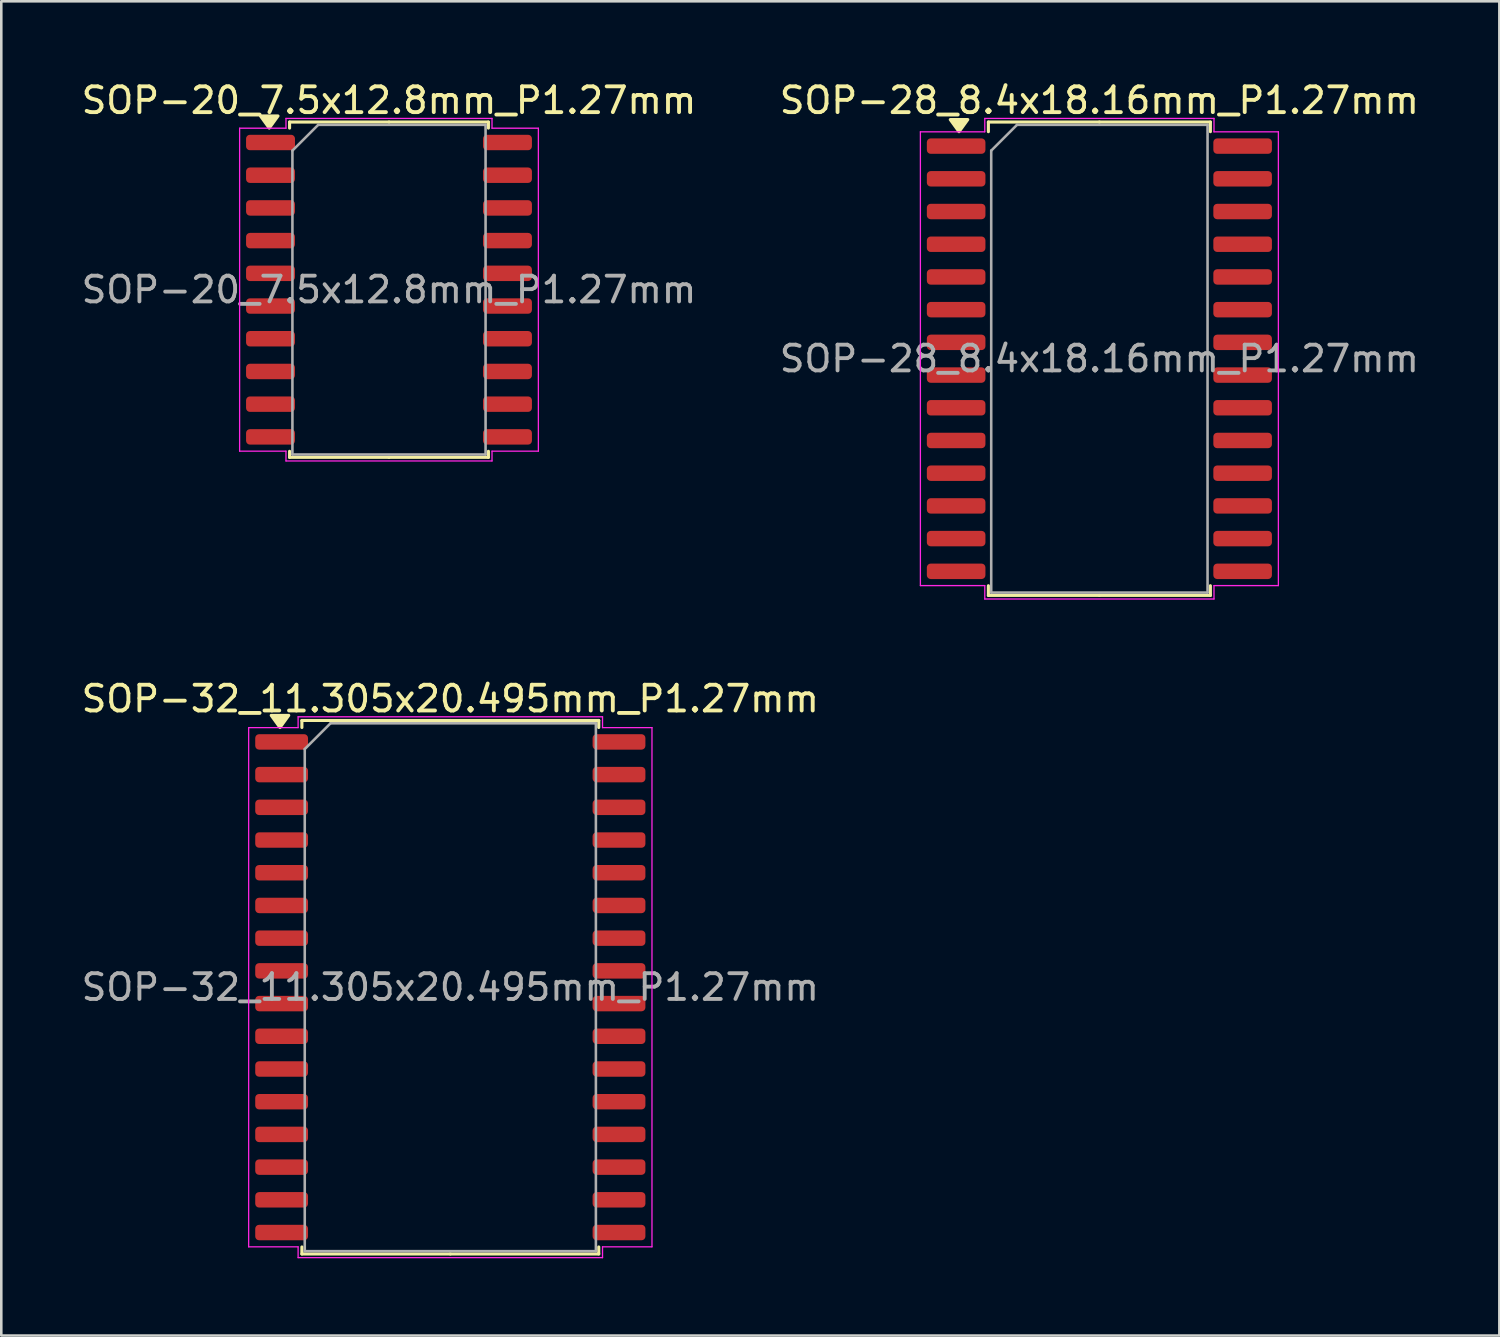
<source format=kicad_pcb>
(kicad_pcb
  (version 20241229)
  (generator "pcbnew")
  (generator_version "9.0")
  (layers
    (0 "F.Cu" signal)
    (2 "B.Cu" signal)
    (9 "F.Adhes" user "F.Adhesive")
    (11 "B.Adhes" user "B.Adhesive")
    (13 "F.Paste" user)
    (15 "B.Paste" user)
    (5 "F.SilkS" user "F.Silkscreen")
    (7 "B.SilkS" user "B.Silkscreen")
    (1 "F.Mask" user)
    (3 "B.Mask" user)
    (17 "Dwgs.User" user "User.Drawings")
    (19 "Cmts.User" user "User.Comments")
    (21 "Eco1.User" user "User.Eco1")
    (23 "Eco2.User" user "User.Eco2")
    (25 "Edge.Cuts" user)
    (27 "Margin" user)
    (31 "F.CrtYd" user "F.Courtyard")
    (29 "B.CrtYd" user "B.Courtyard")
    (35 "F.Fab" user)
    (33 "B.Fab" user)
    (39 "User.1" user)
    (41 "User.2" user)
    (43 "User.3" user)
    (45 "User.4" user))
  (footprint "SOP-32_11.305x20.495mm_P1.27mm"
    (layer "F.Cu")
    (at 14.435 35.282)
    (property "Reference" "SOP-32_11.305x20.495mm_P1.27mm" (at 0 -11.2 0) (layer "F.SilkS") (effects (font (size 1 1) (thickness 0.15))))
    (attr smd)
    (fp_line (start -5.763 -10.357) (end -5.763 -10.085) (stroke (width 0.12) (type solid)) (layer "F.SilkS"))
    (fp_line (start -5.763 10.357) (end -5.763 10.085) (stroke (width 0.12) (type solid)) (layer "F.SilkS"))
    (fp_line (start 0 -10.357) (end -5.763 -10.357) (stroke (width 0.12) (type solid)) (layer "F.SilkS"))
    (fp_line (start 0 -10.357) (end 5.763 -10.357) (stroke (width 0.12) (type solid)) (layer "F.SilkS"))
    (fp_line (start 0 10.357) (end -5.763 10.357) (stroke (width 0.12) (type solid)) (layer "F.SilkS"))
    (fp_line (start 0 10.357) (end 5.763 10.357) (stroke (width 0.12) (type solid)) (layer "F.SilkS"))
    (fp_line (start 5.763 -10.357) (end 5.763 -10.085) (stroke (width 0.12) (type solid)) (layer "F.SilkS"))
    (fp_line (start 5.763 10.357) (end 5.763 10.085) (stroke (width 0.12) (type solid)) (layer "F.SilkS"))
    (fp_poly (pts (xy -6.614 -10.085) (xy -6.954 -10.555) (xy -6.274 -10.555)) (stroke (width 0.12) (type solid)) (fill yes) (layer "F.SilkS"))
    (fp_line (start -7.83 -10.08) (end -5.91 -10.08) (stroke (width 0.05) (type solid)) (layer "F.CrtYd"))
    (fp_line (start -7.83 10.08) (end -7.83 -10.08) (stroke (width 0.05) (type solid)) (layer "F.CrtYd"))
    (fp_line (start -5.91 -10.5) (end 5.91 -10.5) (stroke (width 0.05) (type solid)) (layer "F.CrtYd"))
    (fp_line (start -5.91 -10.08) (end -5.91 -10.5) (stroke (width 0.05) (type solid)) (layer "F.CrtYd"))
    (fp_line (start -5.91 10.08) (end -7.83 10.08) (stroke (width 0.05) (type solid)) (layer "F.CrtYd"))
    (fp_line (start -5.91 10.5) (end -5.91 10.08) (stroke (width 0.05) (type solid)) (layer "F.CrtYd"))
    (fp_line (start 5.91 -10.5) (end 5.91 -10.08) (stroke (width 0.05) (type solid)) (layer "F.CrtYd"))
    (fp_line (start 5.91 -10.08) (end 7.83 -10.08) (stroke (width 0.05) (type solid)) (layer "F.CrtYd"))
    (fp_line (start 5.91 10.08) (end 5.91 10.5) (stroke (width 0.05) (type solid)) (layer "F.CrtYd"))
    (fp_line (start 5.91 10.5) (end -5.91 10.5) (stroke (width 0.05) (type solid)) (layer "F.CrtYd"))
    (fp_line (start 7.83 -10.08) (end 7.83 10.08) (stroke (width 0.05) (type solid)) (layer "F.CrtYd"))
    (fp_line (start 7.83 10.08) (end 5.91 10.08) (stroke (width 0.05) (type solid)) (layer "F.CrtYd"))
    (fp_line (start -5.652 -9.248) (end -4.652 -10.248) (stroke (width 0.1) (type solid)) (layer "F.Fab"))
    (fp_line (start -5.652 10.248) (end -5.652 -9.248) (stroke (width 0.1) (type solid)) (layer "F.Fab"))
    (fp_line (start -4.652 -10.248) (end 5.652 -10.248) (stroke (width 0.1) (type solid)) (layer "F.Fab"))
    (fp_line (start 5.652 -10.248) (end 5.652 10.248) (stroke (width 0.1) (type solid)) (layer "F.Fab"))
    (fp_line (start 5.652 10.248) (end -5.652 10.248) (stroke (width 0.1) (type solid)) (layer "F.Fab"))
    (fp_text user "${REFERENCE}" (at 0 0 0) (layer "F.Fab") (effects (font (size 1 1) (thickness 0.15))))
    (pad "1" smd roundrect (at -6.55 -9.525) (size 2.05 0.6) (layers "F.Cu" "F.Mask" "F.Paste") (roundrect_rratio 0.25))
    (pad "2" smd roundrect (at -6.55 -8.255) (size 2.05 0.6) (layers "F.Cu" "F.Mask" "F.Paste") (roundrect_rratio 0.25))
    (pad "3" smd roundrect (at -6.55 -6.985) (size 2.05 0.6) (layers "F.Cu" "F.Mask" "F.Paste") (roundrect_rratio 0.25))
    (pad "4" smd roundrect (at -6.55 -5.715) (size 2.05 0.6) (layers "F.Cu" "F.Mask" "F.Paste") (roundrect_rratio 0.25))
    (pad "5" smd roundrect (at -6.55 -4.445) (size 2.05 0.6) (layers "F.Cu" "F.Mask" "F.Paste") (roundrect_rratio 0.25))
    (pad "6" smd roundrect (at -6.55 -3.175) (size 2.05 0.6) (layers "F.Cu" "F.Mask" "F.Paste") (roundrect_rratio 0.25))
    (pad "7" smd roundrect (at -6.55 -1.905) (size 2.05 0.6) (layers "F.Cu" "F.Mask" "F.Paste") (roundrect_rratio 0.25))
    (pad "8" smd roundrect (at -6.55 -0.635) (size 2.05 0.6) (layers "F.Cu" "F.Mask" "F.Paste") (roundrect_rratio 0.25))
    (pad "9" smd roundrect (at -6.55 0.635) (size 2.05 0.6) (layers "F.Cu" "F.Mask" "F.Paste") (roundrect_rratio 0.25))
    (pad "10" smd roundrect (at -6.55 1.905) (size 2.05 0.6) (layers "F.Cu" "F.Mask" "F.Paste") (roundrect_rratio 0.25))
    (pad "11" smd roundrect (at -6.55 3.175) (size 2.05 0.6) (layers "F.Cu" "F.Mask" "F.Paste") (roundrect_rratio 0.25))
    (pad "12" smd roundrect (at -6.55 4.445) (size 2.05 0.6) (layers "F.Cu" "F.Mask" "F.Paste") (roundrect_rratio 0.25))
    (pad "13" smd roundrect (at -6.55 5.715) (size 2.05 0.6) (layers "F.Cu" "F.Mask" "F.Paste") (roundrect_rratio 0.25))
    (pad "14" smd roundrect (at -6.55 6.985) (size 2.05 0.6) (layers "F.Cu" "F.Mask" "F.Paste") (roundrect_rratio 0.25))
    (pad "15" smd roundrect (at -6.55 8.255) (size 2.05 0.6) (layers "F.Cu" "F.Mask" "F.Paste") (roundrect_rratio 0.25))
    (pad "16" smd roundrect (at -6.55 9.525) (size 2.05 0.6) (layers "F.Cu" "F.Mask" "F.Paste") (roundrect_rratio 0.25))
    (pad "17" smd roundrect (at 6.55 9.525) (size 2.05 0.6) (layers "F.Cu" "F.Mask" "F.Paste") (roundrect_rratio 0.25))
    (pad "18" smd roundrect (at 6.55 8.255) (size 2.05 0.6) (layers "F.Cu" "F.Mask" "F.Paste") (roundrect_rratio 0.25))
    (pad "19" smd roundrect (at 6.55 6.985) (size 2.05 0.6) (layers "F.Cu" "F.Mask" "F.Paste") (roundrect_rratio 0.25))
    (pad "20" smd roundrect (at 6.55 5.715) (size 2.05 0.6) (layers "F.Cu" "F.Mask" "F.Paste") (roundrect_rratio 0.25))
    (pad "21" smd roundrect (at 6.55 4.445) (size 2.05 0.6) (layers "F.Cu" "F.Mask" "F.Paste") (roundrect_rratio 0.25))
    (pad "22" smd roundrect (at 6.55 3.175) (size 2.05 0.6) (layers "F.Cu" "F.Mask" "F.Paste") (roundrect_rratio 0.25))
    (pad "23" smd roundrect (at 6.55 1.905) (size 2.05 0.6) (layers "F.Cu" "F.Mask" "F.Paste") (roundrect_rratio 0.25))
    (pad "24" smd roundrect (at 6.55 0.635) (size 2.05 0.6) (layers "F.Cu" "F.Mask" "F.Paste") (roundrect_rratio 0.25))
    (pad "25" smd roundrect (at 6.55 -0.635) (size 2.05 0.6) (layers "F.Cu" "F.Mask" "F.Paste") (roundrect_rratio 0.25))
    (pad "26" smd roundrect (at 6.55 -1.905) (size 2.05 0.6) (layers "F.Cu" "F.Mask" "F.Paste") (roundrect_rratio 0.25))
    (pad "27" smd roundrect (at 6.55 -3.175) (size 2.05 0.6) (layers "F.Cu" "F.Mask" "F.Paste") (roundrect_rratio 0.25))
    (pad "28" smd roundrect (at 6.55 -4.445) (size 2.05 0.6) (layers "F.Cu" "F.Mask" "F.Paste") (roundrect_rratio 0.25))
    (pad "29" smd roundrect (at 6.55 -5.715) (size 2.05 0.6) (layers "F.Cu" "F.Mask" "F.Paste") (roundrect_rratio 0.25))
    (pad "30" smd roundrect (at 6.55 -6.985) (size 2.05 0.6) (layers "F.Cu" "F.Mask" "F.Paste") (roundrect_rratio 0.25))
    (pad "31" smd roundrect (at 6.55 -8.255) (size 2.05 0.6) (layers "F.Cu" "F.Mask" "F.Paste") (roundrect_rratio 0.25))
    (pad "32" smd roundrect (at 6.55 -9.525) (size 2.05 0.6) (layers "F.Cu" "F.Mask" "F.Paste") (roundrect_rratio 0.25)))
  (footprint "SOP-28_8.4x18.16mm_P1.27mm"
    (layer "F.Cu")
    (at 39.637 10.878)
    (property "Reference" "SOP-28_8.4x18.16mm_P1.27mm" (at 0 -10.03 0) (layer "F.SilkS") (effects (font (size 1 1) (thickness 0.15))))
    (attr smd)
    (fp_line (start -4.31 -9.19) (end -4.31 -8.815) (stroke (width 0.12) (type solid)) (layer "F.SilkS"))
    (fp_line (start -4.31 9.19) (end -4.31 8.815) (stroke (width 0.12) (type solid)) (layer "F.SilkS"))
    (fp_line (start 0 -9.19) (end -4.31 -9.19) (stroke (width 0.12) (type solid)) (layer "F.SilkS"))
    (fp_line (start 0 -9.19) (end 4.31 -9.19) (stroke (width 0.12) (type solid)) (layer "F.SilkS"))
    (fp_line (start 0 9.19) (end -4.31 9.19) (stroke (width 0.12) (type solid)) (layer "F.SilkS"))
    (fp_line (start 0 9.19) (end 4.31 9.19) (stroke (width 0.12) (type solid)) (layer "F.SilkS"))
    (fp_line (start 4.31 -9.19) (end 4.31 -8.815) (stroke (width 0.12) (type solid)) (layer "F.SilkS"))
    (fp_line (start 4.31 9.19) (end 4.31 8.815) (stroke (width 0.12) (type solid)) (layer "F.SilkS"))
    (fp_poly (pts (xy -5.45 -8.815) (xy -5.79 -9.285) (xy -5.11 -9.285)) (stroke (width 0.12) (type solid)) (fill yes) (layer "F.SilkS"))
    (fp_line (start -6.95 -8.81) (end -4.45 -8.81) (stroke (width 0.05) (type solid)) (layer "F.CrtYd"))
    (fp_line (start -6.95 8.81) (end -6.95 -8.81) (stroke (width 0.05) (type solid)) (layer "F.CrtYd"))
    (fp_line (start -4.45 -9.33) (end 4.45 -9.33) (stroke (width 0.05) (type solid)) (layer "F.CrtYd"))
    (fp_line (start -4.45 -8.81) (end -4.45 -9.33) (stroke (width 0.05) (type solid)) (layer "F.CrtYd"))
    (fp_line (start -4.45 8.81) (end -6.95 8.81) (stroke (width 0.05) (type solid)) (layer "F.CrtYd"))
    (fp_line (start -4.45 9.33) (end -4.45 8.81) (stroke (width 0.05) (type solid)) (layer "F.CrtYd"))
    (fp_line (start 4.45 -9.33) (end 4.45 -8.81) (stroke (width 0.05) (type solid)) (layer "F.CrtYd"))
    (fp_line (start 4.45 -8.81) (end 6.95 -8.81) (stroke (width 0.05) (type solid)) (layer "F.CrtYd"))
    (fp_line (start 4.45 8.81) (end 4.45 9.33) (stroke (width 0.05) (type solid)) (layer "F.CrtYd"))
    (fp_line (start 4.45 9.33) (end -4.45 9.33) (stroke (width 0.05) (type solid)) (layer "F.CrtYd"))
    (fp_line (start 6.95 -8.81) (end 6.95 8.81) (stroke (width 0.05) (type solid)) (layer "F.CrtYd"))
    (fp_line (start 6.95 8.81) (end 4.45 8.81) (stroke (width 0.05) (type solid)) (layer "F.CrtYd"))
    (fp_line (start -4.2 -8.08) (end -3.2 -9.08) (stroke (width 0.1) (type solid)) (layer "F.Fab"))
    (fp_line (start -4.2 9.08) (end -4.2 -8.08) (stroke (width 0.1) (type solid)) (layer "F.Fab"))
    (fp_line (start -3.2 -9.08) (end 4.2 -9.08) (stroke (width 0.1) (type solid)) (layer "F.Fab"))
    (fp_line (start 4.2 -9.08) (end 4.2 9.08) (stroke (width 0.1) (type solid)) (layer "F.Fab"))
    (fp_line (start 4.2 9.08) (end -4.2 9.08) (stroke (width 0.1) (type solid)) (layer "F.Fab"))
    (fp_text user "${REFERENCE}" (at 0 0 0) (layer "F.Fab") (effects (font (size 1 1) (thickness 0.15))))
    (pad "1" smd roundrect (at -5.562 -8.255) (size 2.275 0.6) (layers "F.Cu" "F.Mask" "F.Paste") (roundrect_rratio 0.25))
    (pad "2" smd roundrect (at -5.562 -6.985) (size 2.275 0.6) (layers "F.Cu" "F.Mask" "F.Paste") (roundrect_rratio 0.25))
    (pad "3" smd roundrect (at -5.562 -5.715) (size 2.275 0.6) (layers "F.Cu" "F.Mask" "F.Paste") (roundrect_rratio 0.25))
    (pad "4" smd roundrect (at -5.562 -4.445) (size 2.275 0.6) (layers "F.Cu" "F.Mask" "F.Paste") (roundrect_rratio 0.25))
    (pad "5" smd roundrect (at -5.562 -3.175) (size 2.275 0.6) (layers "F.Cu" "F.Mask" "F.Paste") (roundrect_rratio 0.25))
    (pad "6" smd roundrect (at -5.562 -1.905) (size 2.275 0.6) (layers "F.Cu" "F.Mask" "F.Paste") (roundrect_rratio 0.25))
    (pad "7" smd roundrect (at -5.562 -0.635) (size 2.275 0.6) (layers "F.Cu" "F.Mask" "F.Paste") (roundrect_rratio 0.25))
    (pad "8" smd roundrect (at -5.562 0.635) (size 2.275 0.6) (layers "F.Cu" "F.Mask" "F.Paste") (roundrect_rratio 0.25))
    (pad "9" smd roundrect (at -5.562 1.905) (size 2.275 0.6) (layers "F.Cu" "F.Mask" "F.Paste") (roundrect_rratio 0.25))
    (pad "10" smd roundrect (at -5.562 3.175) (size 2.275 0.6) (layers "F.Cu" "F.Mask" "F.Paste") (roundrect_rratio 0.25))
    (pad "11" smd roundrect (at -5.562 4.445) (size 2.275 0.6) (layers "F.Cu" "F.Mask" "F.Paste") (roundrect_rratio 0.25))
    (pad "12" smd roundrect (at -5.562 5.715) (size 2.275 0.6) (layers "F.Cu" "F.Mask" "F.Paste") (roundrect_rratio 0.25))
    (pad "13" smd roundrect (at -5.562 6.985) (size 2.275 0.6) (layers "F.Cu" "F.Mask" "F.Paste") (roundrect_rratio 0.25))
    (pad "14" smd roundrect (at -5.562 8.255) (size 2.275 0.6) (layers "F.Cu" "F.Mask" "F.Paste") (roundrect_rratio 0.25))
    (pad "15" smd roundrect (at 5.562 8.255) (size 2.275 0.6) (layers "F.Cu" "F.Mask" "F.Paste") (roundrect_rratio 0.25))
    (pad "16" smd roundrect (at 5.562 6.985) (size 2.275 0.6) (layers "F.Cu" "F.Mask" "F.Paste") (roundrect_rratio 0.25))
    (pad "17" smd roundrect (at 5.562 5.715) (size 2.275 0.6) (layers "F.Cu" "F.Mask" "F.Paste") (roundrect_rratio 0.25))
    (pad "18" smd roundrect (at 5.562 4.445) (size 2.275 0.6) (layers "F.Cu" "F.Mask" "F.Paste") (roundrect_rratio 0.25))
    (pad "19" smd roundrect (at 5.562 3.175) (size 2.275 0.6) (layers "F.Cu" "F.Mask" "F.Paste") (roundrect_rratio 0.25))
    (pad "20" smd roundrect (at 5.562 1.905) (size 2.275 0.6) (layers "F.Cu" "F.Mask" "F.Paste") (roundrect_rratio 0.25))
    (pad "21" smd roundrect (at 5.562 0.635) (size 2.275 0.6) (layers "F.Cu" "F.Mask" "F.Paste") (roundrect_rratio 0.25))
    (pad "22" smd roundrect (at 5.562 -0.635) (size 2.275 0.6) (layers "F.Cu" "F.Mask" "F.Paste") (roundrect_rratio 0.25))
    (pad "23" smd roundrect (at 5.562 -1.905) (size 2.275 0.6) (layers "F.Cu" "F.Mask" "F.Paste") (roundrect_rratio 0.25))
    (pad "24" smd roundrect (at 5.562 -3.175) (size 2.275 0.6) (layers "F.Cu" "F.Mask" "F.Paste") (roundrect_rratio 0.25))
    (pad "25" smd roundrect (at 5.562 -4.445) (size 2.275 0.6) (layers "F.Cu" "F.Mask" "F.Paste") (roundrect_rratio 0.25))
    (pad "26" smd roundrect (at 5.562 -5.715) (size 2.275 0.6) (layers "F.Cu" "F.Mask" "F.Paste") (roundrect_rratio 0.25))
    (pad "27" smd roundrect (at 5.562 -6.985) (size 2.275 0.6) (layers "F.Cu" "F.Mask" "F.Paste") (roundrect_rratio 0.25))
    (pad "28" smd roundrect (at 5.562 -8.255) (size 2.275 0.6) (layers "F.Cu" "F.Mask" "F.Paste") (roundrect_rratio 0.25)))
  (footprint "SOP-20_7.5x12.8mm_P1.27mm"
    (layer "F.Cu")
    (at 12.054 8.198)
    (property "Reference" "SOP-20_7.5x12.8mm_P1.27mm" (at 0 -7.35 0) (layer "F.SilkS") (effects (font (size 1 1) (thickness 0.15))))
    (attr smd)
    (fp_line (start -3.86 -6.51) (end -3.86 -6.275) (stroke (width 0.12) (type solid)) (layer "F.SilkS"))
    (fp_line (start -3.86 6.51) (end -3.86 6.275) (stroke (width 0.12) (type solid)) (layer "F.SilkS"))
    (fp_line (start 0 -6.51) (end -3.86 -6.51) (stroke (width 0.12) (type solid)) (layer "F.SilkS"))
    (fp_line (start 0 -6.51) (end 3.86 -6.51) (stroke (width 0.12) (type solid)) (layer "F.SilkS"))
    (fp_line (start 0 6.51) (end -3.86 6.51) (stroke (width 0.12) (type solid)) (layer "F.SilkS"))
    (fp_line (start 0 6.51) (end 3.86 6.51) (stroke (width 0.12) (type solid)) (layer "F.SilkS"))
    (fp_line (start 3.86 -6.51) (end 3.86 -6.275) (stroke (width 0.12) (type solid)) (layer "F.SilkS"))
    (fp_line (start 3.86 6.51) (end 3.86 6.275) (stroke (width 0.12) (type solid)) (layer "F.SilkS"))
    (fp_poly (pts (xy -4.65 -6.275) (xy -4.99 -6.745) (xy -4.31 -6.745)) (stroke (width 0.12) (type solid)) (fill yes) (layer "F.SilkS"))
    (fp_line (start -5.8 -6.27) (end -4 -6.27) (stroke (width 0.05) (type solid)) (layer "F.CrtYd"))
    (fp_line (start -5.8 6.27) (end -5.8 -6.27) (stroke (width 0.05) (type solid)) (layer "F.CrtYd"))
    (fp_line (start -4 -6.65) (end 4 -6.65) (stroke (width 0.05) (type solid)) (layer "F.CrtYd"))
    (fp_line (start -4 -6.27) (end -4 -6.65) (stroke (width 0.05) (type solid)) (layer "F.CrtYd"))
    (fp_line (start -4 6.27) (end -5.8 6.27) (stroke (width 0.05) (type solid)) (layer "F.CrtYd"))
    (fp_line (start -4 6.65) (end -4 6.27) (stroke (width 0.05) (type solid)) (layer "F.CrtYd"))
    (fp_line (start 4 -6.65) (end 4 -6.27) (stroke (width 0.05) (type solid)) (layer "F.CrtYd"))
    (fp_line (start 4 -6.27) (end 5.8 -6.27) (stroke (width 0.05) (type solid)) (layer "F.CrtYd"))
    (fp_line (start 4 6.27) (end 4 6.65) (stroke (width 0.05) (type solid)) (layer "F.CrtYd"))
    (fp_line (start 4 6.65) (end -4 6.65) (stroke (width 0.05) (type solid)) (layer "F.CrtYd"))
    (fp_line (start 5.8 -6.27) (end 5.8 6.27) (stroke (width 0.05) (type solid)) (layer "F.CrtYd"))
    (fp_line (start 5.8 6.27) (end 4 6.27) (stroke (width 0.05) (type solid)) (layer "F.CrtYd"))
    (fp_line (start -3.75 -5.4) (end -2.75 -6.4) (stroke (width 0.1) (type solid)) (layer "F.Fab"))
    (fp_line (start -3.75 6.4) (end -3.75 -5.4) (stroke (width 0.1) (type solid)) (layer "F.Fab"))
    (fp_line (start -2.75 -6.4) (end 3.75 -6.4) (stroke (width 0.1) (type solid)) (layer "F.Fab"))
    (fp_line (start 3.75 -6.4) (end 3.75 6.4) (stroke (width 0.1) (type solid)) (layer "F.Fab"))
    (fp_line (start 3.75 6.4) (end -3.75 6.4) (stroke (width 0.1) (type solid)) (layer "F.Fab"))
    (fp_text user "${REFERENCE}" (at 0 0 0) (layer "F.Fab") (effects (font (size 1 1) (thickness 0.15))))
    (pad "1" smd roundrect (at -4.6 -5.715) (size 1.9 0.6) (layers "F.Cu" "F.Mask" "F.Paste") (roundrect_rratio 0.25))
    (pad "2" smd roundrect (at -4.6 -4.445) (size 1.9 0.6) (layers "F.Cu" "F.Mask" "F.Paste") (roundrect_rratio 0.25))
    (pad "3" smd roundrect (at -4.6 -3.175) (size 1.9 0.6) (layers "F.Cu" "F.Mask" "F.Paste") (roundrect_rratio 0.25))
    (pad "4" smd roundrect (at -4.6 -1.905) (size 1.9 0.6) (layers "F.Cu" "F.Mask" "F.Paste") (roundrect_rratio 0.25))
    (pad "5" smd roundrect (at -4.6 -0.635) (size 1.9 0.6) (layers "F.Cu" "F.Mask" "F.Paste") (roundrect_rratio 0.25))
    (pad "6" smd roundrect (at -4.6 0.635) (size 1.9 0.6) (layers "F.Cu" "F.Mask" "F.Paste") (roundrect_rratio 0.25))
    (pad "7" smd roundrect (at -4.6 1.905) (size 1.9 0.6) (layers "F.Cu" "F.Mask" "F.Paste") (roundrect_rratio 0.25))
    (pad "8" smd roundrect (at -4.6 3.175) (size 1.9 0.6) (layers "F.Cu" "F.Mask" "F.Paste") (roundrect_rratio 0.25))
    (pad "9" smd roundrect (at -4.6 4.445) (size 1.9 0.6) (layers "F.Cu" "F.Mask" "F.Paste") (roundrect_rratio 0.25))
    (pad "10" smd roundrect (at -4.6 5.715) (size 1.9 0.6) (layers "F.Cu" "F.Mask" "F.Paste") (roundrect_rratio 0.25))
    (pad "11" smd roundrect (at 4.6 5.715) (size 1.9 0.6) (layers "F.Cu" "F.Mask" "F.Paste") (roundrect_rratio 0.25))
    (pad "12" smd roundrect (at 4.6 4.445) (size 1.9 0.6) (layers "F.Cu" "F.Mask" "F.Paste") (roundrect_rratio 0.25))
    (pad "13" smd roundrect (at 4.6 3.175) (size 1.9 0.6) (layers "F.Cu" "F.Mask" "F.Paste") (roundrect_rratio 0.25))
    (pad "14" smd roundrect (at 4.6 1.905) (size 1.9 0.6) (layers "F.Cu" "F.Mask" "F.Paste") (roundrect_rratio 0.25))
    (pad "15" smd roundrect (at 4.6 0.635) (size 1.9 0.6) (layers "F.Cu" "F.Mask" "F.Paste") (roundrect_rratio 0.25))
    (pad "16" smd roundrect (at 4.6 -0.635) (size 1.9 0.6) (layers "F.Cu" "F.Mask" "F.Paste") (roundrect_rratio 0.25))
    (pad "17" smd roundrect (at 4.6 -1.905) (size 1.9 0.6) (layers "F.Cu" "F.Mask" "F.Paste") (roundrect_rratio 0.25))
    (pad "18" smd roundrect (at 4.6 -3.175) (size 1.9 0.6) (layers "F.Cu" "F.Mask" "F.Paste") (roundrect_rratio 0.25))
    (pad "19" smd roundrect (at 4.6 -4.445) (size 1.9 0.6) (layers "F.Cu" "F.Mask" "F.Paste") (roundrect_rratio 0.25))
    (pad "20" smd roundrect (at 4.6 -5.715) (size 1.9 0.6) (layers "F.Cu" "F.Mask" "F.Paste") (roundrect_rratio 0.25)))
  (gr_rect
    (start -3 -3)
    (end 55.167 48.806)
    (stroke (width 0.1) (type default))
    (fill no)
    (layer "Edge.Cuts")))
</source>
